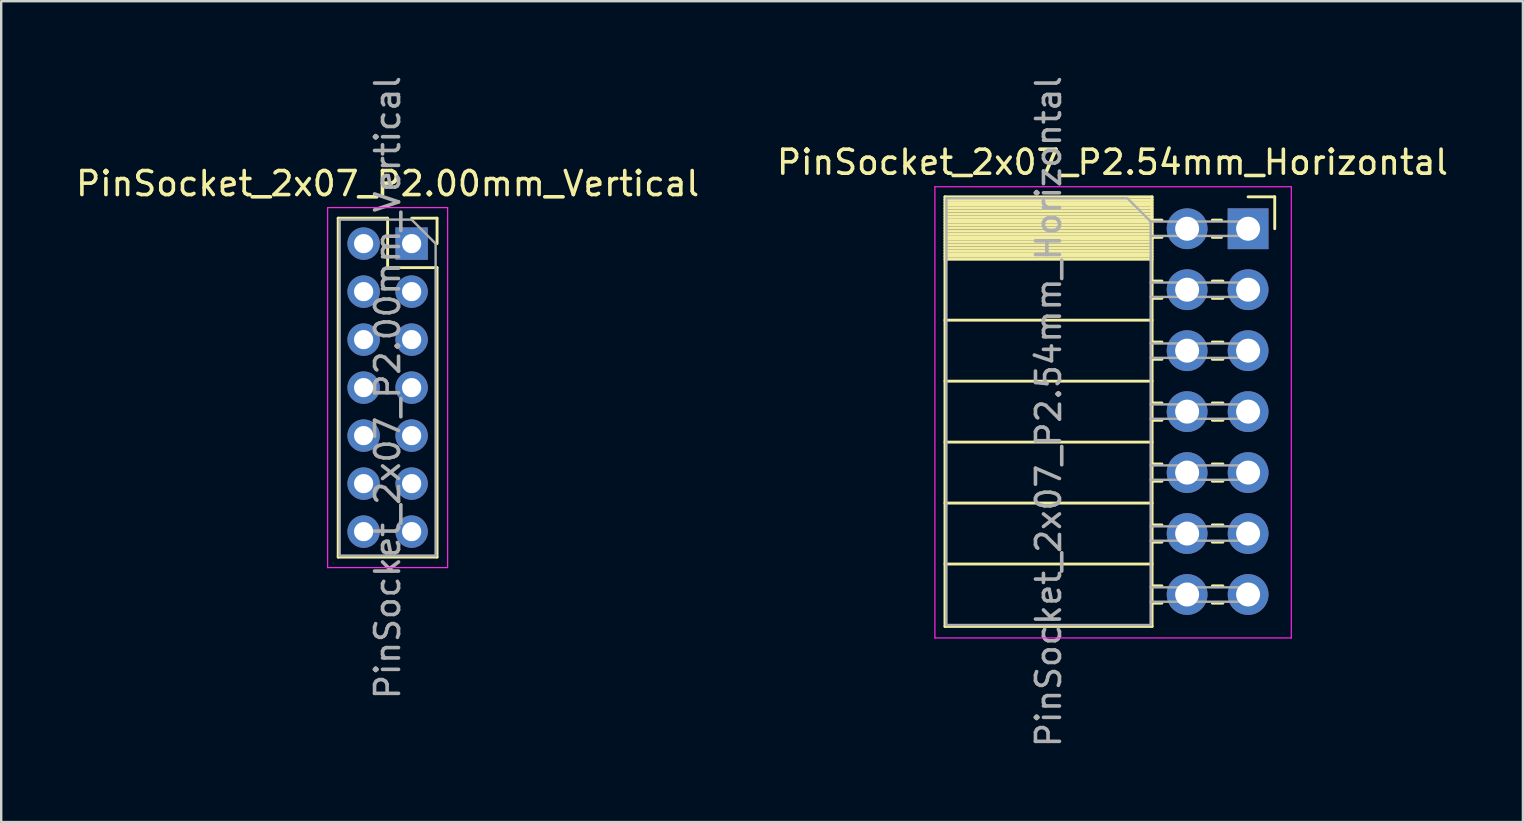
<source format=kicad_pcb>
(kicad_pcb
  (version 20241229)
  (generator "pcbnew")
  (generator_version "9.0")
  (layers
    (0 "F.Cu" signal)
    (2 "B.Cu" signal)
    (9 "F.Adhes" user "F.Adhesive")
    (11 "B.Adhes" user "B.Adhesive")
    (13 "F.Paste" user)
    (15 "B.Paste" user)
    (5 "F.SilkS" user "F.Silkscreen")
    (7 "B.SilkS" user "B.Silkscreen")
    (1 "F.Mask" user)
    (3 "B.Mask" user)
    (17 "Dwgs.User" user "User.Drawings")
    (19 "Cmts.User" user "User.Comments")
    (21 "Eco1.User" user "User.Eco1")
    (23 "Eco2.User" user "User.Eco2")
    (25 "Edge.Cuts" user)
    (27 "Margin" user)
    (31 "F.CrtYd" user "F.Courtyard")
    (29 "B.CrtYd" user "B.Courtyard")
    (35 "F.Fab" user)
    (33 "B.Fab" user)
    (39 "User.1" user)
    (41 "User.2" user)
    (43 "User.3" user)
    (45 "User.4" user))
  (footprint "PinSocket_2x07_P2.54mm_Horizontal"
    (layer "F.Cu")
    (at 48.954 6.481)
    (property "Reference" "PinSocket_2x07_P2.54mm_Horizontal" (at -5.65 -2.77 0) (layer "F.SilkS") (effects (font (size 1 1) (thickness 0.15))))
    (attr through_hole)
    (fp_line (start -12.63 -1.33) (end -12.63 16.57) (stroke (width 0.12) (type solid)) (layer "F.SilkS"))
    (fp_line (start -12.63 -1.33) (end -4 -1.33) (stroke (width 0.12) (type solid)) (layer "F.SilkS"))
    (fp_line (start -12.63 -1.21) (end -4 -1.21) (stroke (width 0.12) (type solid)) (layer "F.SilkS"))
    (fp_line (start -12.63 -1.092) (end -4 -1.092) (stroke (width 0.12) (type solid)) (layer "F.SilkS"))
    (fp_line (start -12.63 -0.974) (end -4 -0.974) (stroke (width 0.12) (type solid)) (layer "F.SilkS"))
    (fp_line (start -12.63 -0.856) (end -4 -0.856) (stroke (width 0.12) (type solid)) (layer "F.SilkS"))
    (fp_line (start -12.63 -0.738) (end -4 -0.738) (stroke (width 0.12) (type solid)) (layer "F.SilkS"))
    (fp_line (start -12.63 -0.62) (end -4 -0.62) (stroke (width 0.12) (type solid)) (layer "F.SilkS"))
    (fp_line (start -12.63 -0.501) (end -4 -0.501) (stroke (width 0.12) (type solid)) (layer "F.SilkS"))
    (fp_line (start -12.63 -0.383) (end -4 -0.383) (stroke (width 0.12) (type solid)) (layer "F.SilkS"))
    (fp_line (start -12.63 -0.265) (end -4 -0.265) (stroke (width 0.12) (type solid)) (layer "F.SilkS"))
    (fp_line (start -12.63 -0.147) (end -4 -0.147) (stroke (width 0.12) (type solid)) (layer "F.SilkS"))
    (fp_line (start -12.63 -0.029) (end -4 -0.029) (stroke (width 0.12) (type solid)) (layer "F.SilkS"))
    (fp_line (start -12.63 0.089) (end -4 0.089) (stroke (width 0.12) (type solid)) (layer "F.SilkS"))
    (fp_line (start -12.63 0.207) (end -4 0.207) (stroke (width 0.12) (type solid)) (layer "F.SilkS"))
    (fp_line (start -12.63 0.325) (end -4 0.325) (stroke (width 0.12) (type solid)) (layer "F.SilkS"))
    (fp_line (start -12.63 0.443) (end -4 0.443) (stroke (width 0.12) (type solid)) (layer "F.SilkS"))
    (fp_line (start -12.63 0.561) (end -4 0.561) (stroke (width 0.12) (type solid)) (layer "F.SilkS"))
    (fp_line (start -12.63 0.68) (end -4 0.68) (stroke (width 0.12) (type solid)) (layer "F.SilkS"))
    (fp_line (start -12.63 0.798) (end -4 0.798) (stroke (width 0.12) (type solid)) (layer "F.SilkS"))
    (fp_line (start -12.63 0.916) (end -4 0.916) (stroke (width 0.12) (type solid)) (layer "F.SilkS"))
    (fp_line (start -12.63 1.034) (end -4 1.034) (stroke (width 0.12) (type solid)) (layer "F.SilkS"))
    (fp_line (start -12.63 1.152) (end -4 1.152) (stroke (width 0.12) (type solid)) (layer "F.SilkS"))
    (fp_line (start -12.63 1.27) (end -4 1.27) (stroke (width 0.12) (type solid)) (layer "F.SilkS"))
    (fp_line (start -12.63 3.81) (end -4 3.81) (stroke (width 0.12) (type solid)) (layer "F.SilkS"))
    (fp_line (start -12.63 6.35) (end -4 6.35) (stroke (width 0.12) (type solid)) (layer "F.SilkS"))
    (fp_line (start -12.63 8.89) (end -4 8.89) (stroke (width 0.12) (type solid)) (layer "F.SilkS"))
    (fp_line (start -12.63 11.43) (end -4 11.43) (stroke (width 0.12) (type solid)) (layer "F.SilkS"))
    (fp_line (start -12.63 13.97) (end -4 13.97) (stroke (width 0.12) (type solid)) (layer "F.SilkS"))
    (fp_line (start -12.63 16.57) (end -4 16.57) (stroke (width 0.12) (type solid)) (layer "F.SilkS"))
    (fp_line (start -4 -1.33) (end -4 16.57) (stroke (width 0.12) (type solid)) (layer "F.SilkS"))
    (fp_line (start -4 -0.36) (end -3.59 -0.36) (stroke (width 0.12) (type solid)) (layer "F.SilkS"))
    (fp_line (start -4 0.36) (end -3.59 0.36) (stroke (width 0.12) (type solid)) (layer "F.SilkS"))
    (fp_line (start -4 2.18) (end -3.59 2.18) (stroke (width 0.12) (type solid)) (layer "F.SilkS"))
    (fp_line (start -4 2.9) (end -3.59 2.9) (stroke (width 0.12) (type solid)) (layer "F.SilkS"))
    (fp_line (start -4 4.72) (end -3.59 4.72) (stroke (width 0.12) (type solid)) (layer "F.SilkS"))
    (fp_line (start -4 5.44) (end -3.59 5.44) (stroke (width 0.12) (type solid)) (layer "F.SilkS"))
    (fp_line (start -4 7.26) (end -3.59 7.26) (stroke (width 0.12) (type solid)) (layer "F.SilkS"))
    (fp_line (start -4 7.98) (end -3.59 7.98) (stroke (width 0.12) (type solid)) (layer "F.SilkS"))
    (fp_line (start -4 9.8) (end -3.59 9.8) (stroke (width 0.12) (type solid)) (layer "F.SilkS"))
    (fp_line (start -4 10.52) (end -3.59 10.52) (stroke (width 0.12) (type solid)) (layer "F.SilkS"))
    (fp_line (start -4 12.34) (end -3.59 12.34) (stroke (width 0.12) (type solid)) (layer "F.SilkS"))
    (fp_line (start -4 13.06) (end -3.59 13.06) (stroke (width 0.12) (type solid)) (layer "F.SilkS"))
    (fp_line (start -4 14.88) (end -3.59 14.88) (stroke (width 0.12) (type solid)) (layer "F.SilkS"))
    (fp_line (start -4 15.6) (end -3.59 15.6) (stroke (width 0.12) (type solid)) (layer "F.SilkS"))
    (fp_line (start -1.49 -0.36) (end -1.11 -0.36) (stroke (width 0.12) (type solid)) (layer "F.SilkS"))
    (fp_line (start -1.49 0.36) (end -1.11 0.36) (stroke (width 0.12) (type solid)) (layer "F.SilkS"))
    (fp_line (start -1.49 2.18) (end -1.05 2.18) (stroke (width 0.12) (type solid)) (layer "F.SilkS"))
    (fp_line (start -1.49 2.9) (end -1.05 2.9) (stroke (width 0.12) (type solid)) (layer "F.SilkS"))
    (fp_line (start -1.49 4.72) (end -1.05 4.72) (stroke (width 0.12) (type solid)) (layer "F.SilkS"))
    (fp_line (start -1.49 5.44) (end -1.05 5.44) (stroke (width 0.12) (type solid)) (layer "F.SilkS"))
    (fp_line (start -1.49 7.26) (end -1.05 7.26) (stroke (width 0.12) (type solid)) (layer "F.SilkS"))
    (fp_line (start -1.49 7.98) (end -1.05 7.98) (stroke (width 0.12) (type solid)) (layer "F.SilkS"))
    (fp_line (start -1.49 9.8) (end -1.05 9.8) (stroke (width 0.12) (type solid)) (layer "F.SilkS"))
    (fp_line (start -1.49 10.52) (end -1.05 10.52) (stroke (width 0.12) (type solid)) (layer "F.SilkS"))
    (fp_line (start -1.49 12.34) (end -1.05 12.34) (stroke (width 0.12) (type solid)) (layer "F.SilkS"))
    (fp_line (start -1.49 13.06) (end -1.05 13.06) (stroke (width 0.12) (type solid)) (layer "F.SilkS"))
    (fp_line (start -1.49 14.88) (end -1.05 14.88) (stroke (width 0.12) (type solid)) (layer "F.SilkS"))
    (fp_line (start -1.49 15.6) (end -1.05 15.6) (stroke (width 0.12) (type solid)) (layer "F.SilkS"))
    (fp_line (start 0 -1.33) (end 1.11 -1.33) (stroke (width 0.12) (type solid)) (layer "F.SilkS"))
    (fp_line (start 1.11 -1.33) (end 1.11 0) (stroke (width 0.12) (type solid)) (layer "F.SilkS"))
    (fp_line (start -13.05 -1.75) (end -13.05 17.05) (stroke (width 0.05) (type solid)) (layer "F.CrtYd"))
    (fp_line (start -13.05 17.05) (end 1.8 17.05) (stroke (width 0.05) (type solid)) (layer "F.CrtYd"))
    (fp_line (start 1.8 -1.75) (end -13.05 -1.75) (stroke (width 0.05) (type solid)) (layer "F.CrtYd"))
    (fp_line (start 1.8 17.05) (end 1.8 -1.75) (stroke (width 0.05) (type solid)) (layer "F.CrtYd"))
    (fp_line (start -12.57 -1.27) (end -5.03 -1.27) (stroke (width 0.1) (type solid)) (layer "F.Fab"))
    (fp_line (start -12.57 16.51) (end -12.57 -1.27) (stroke (width 0.1) (type solid)) (layer "F.Fab"))
    (fp_line (start -5.03 -1.27) (end -4.06 -0.3) (stroke (width 0.1) (type solid)) (layer "F.Fab"))
    (fp_line (start -4.06 -0.3) (end -4.06 16.51) (stroke (width 0.1) (type solid)) (layer "F.Fab"))
    (fp_line (start -4.06 0.3) (end 0 0.3) (stroke (width 0.1) (type solid)) (layer "F.Fab"))
    (fp_line (start -4.06 2.84) (end 0 2.84) (stroke (width 0.1) (type solid)) (layer "F.Fab"))
    (fp_line (start -4.06 5.38) (end 0 5.38) (stroke (width 0.1) (type solid)) (layer "F.Fab"))
    (fp_line (start -4.06 7.92) (end 0 7.92) (stroke (width 0.1) (type solid)) (layer "F.Fab"))
    (fp_line (start -4.06 10.46) (end 0 10.46) (stroke (width 0.1) (type solid)) (layer "F.Fab"))
    (fp_line (start -4.06 13) (end 0 13) (stroke (width 0.1) (type solid)) (layer "F.Fab"))
    (fp_line (start -4.06 15.54) (end 0 15.54) (stroke (width 0.1) (type solid)) (layer "F.Fab"))
    (fp_line (start -4.06 16.51) (end -12.57 16.51) (stroke (width 0.1) (type solid)) (layer "F.Fab"))
    (fp_line (start 0 -0.3) (end -4.06 -0.3) (stroke (width 0.1) (type solid)) (layer "F.Fab"))
    (fp_line (start 0 0.3) (end 0 -0.3) (stroke (width 0.1) (type solid)) (layer "F.Fab"))
    (fp_line (start 0 2.24) (end -4.06 2.24) (stroke (width 0.1) (type solid)) (layer "F.Fab"))
    (fp_line (start 0 2.84) (end 0 2.24) (stroke (width 0.1) (type solid)) (layer "F.Fab"))
    (fp_line (start 0 4.78) (end -4.06 4.78) (stroke (width 0.1) (type solid)) (layer "F.Fab"))
    (fp_line (start 0 5.38) (end 0 4.78) (stroke (width 0.1) (type solid)) (layer "F.Fab"))
    (fp_line (start 0 7.32) (end -4.06 7.32) (stroke (width 0.1) (type solid)) (layer "F.Fab"))
    (fp_line (start 0 7.92) (end 0 7.32) (stroke (width 0.1) (type solid)) (layer "F.Fab"))
    (fp_line (start 0 9.86) (end -4.06 9.86) (stroke (width 0.1) (type solid)) (layer "F.Fab"))
    (fp_line (start 0 10.46) (end 0 9.86) (stroke (width 0.1) (type solid)) (layer "F.Fab"))
    (fp_line (start 0 12.4) (end -4.06 12.4) (stroke (width 0.1) (type solid)) (layer "F.Fab"))
    (fp_line (start 0 13) (end 0 12.4) (stroke (width 0.1) (type solid)) (layer "F.Fab"))
    (fp_line (start 0 14.94) (end -4.06 14.94) (stroke (width 0.1) (type solid)) (layer "F.Fab"))
    (fp_line (start 0 15.54) (end 0 14.94) (stroke (width 0.1) (type solid)) (layer "F.Fab"))
    (fp_text user "${REFERENCE}" (at -8.315 7.62 90) (layer "F.Fab") (effects (font (size 1 1) (thickness 0.15))))
    (pad "1" thru_hole rect (at 0 0) (size 1.7 1.7) (drill 1) (layers "*.Cu" "*.Mask"))
    (pad "2" thru_hole oval (at -2.54 0) (size 1.7 1.7) (drill 1) (layers "*.Cu" "*.Mask"))
    (pad "3" thru_hole oval (at 0 2.54) (size 1.7 1.7) (drill 1) (layers "*.Cu" "*.Mask"))
    (pad "4" thru_hole oval (at -2.54 2.54) (size 1.7 1.7) (drill 1) (layers "*.Cu" "*.Mask"))
    (pad "5" thru_hole oval (at 0 5.08) (size 1.7 1.7) (drill 1) (layers "*.Cu" "*.Mask"))
    (pad "6" thru_hole oval (at -2.54 5.08) (size 1.7 1.7) (drill 1) (layers "*.Cu" "*.Mask"))
    (pad "7" thru_hole oval (at 0 7.62) (size 1.7 1.7) (drill 1) (layers "*.Cu" "*.Mask"))
    (pad "8" thru_hole oval (at -2.54 7.62) (size 1.7 1.7) (drill 1) (layers "*.Cu" "*.Mask"))
    (pad "9" thru_hole oval (at 0 10.16) (size 1.7 1.7) (drill 1) (layers "*.Cu" "*.Mask"))
    (pad "10" thru_hole oval (at -2.54 10.16) (size 1.7 1.7) (drill 1) (layers "*.Cu" "*.Mask"))
    (pad "11" thru_hole oval (at 0 12.7) (size 1.7 1.7) (drill 1) (layers "*.Cu" "*.Mask"))
    (pad "12" thru_hole oval (at -2.54 12.7) (size 1.7 1.7) (drill 1) (layers "*.Cu" "*.Mask"))
    (pad "13" thru_hole oval (at 0 15.24) (size 1.7 1.7) (drill 1) (layers "*.Cu" "*.Mask"))
    (pad "14" thru_hole oval (at -2.54 15.24) (size 1.7 1.7) (drill 1) (layers "*.Cu" "*.Mask")))
  (footprint "PinSocket_2x07_P2.00mm_Vertical"
    (layer "F.Cu")
    (at 14.101 7.101)
    (property "Reference" "PinSocket_2x07_P2.00mm_Vertical" (at -1 -2.5 0) (layer "F.SilkS") (effects (font (size 1 1) (thickness 0.15))))
    (attr through_hole)
    (fp_line (start -3.06 -1.06) (end -3.06 13.06) (stroke (width 0.12) (type solid)) (layer "F.SilkS"))
    (fp_line (start -3.06 -1.06) (end -1 -1.06) (stroke (width 0.12) (type solid)) (layer "F.SilkS"))
    (fp_line (start -3.06 13.06) (end 1.06 13.06) (stroke (width 0.12) (type solid)) (layer "F.SilkS"))
    (fp_line (start -1 -1.06) (end -1 1) (stroke (width 0.12) (type solid)) (layer "F.SilkS"))
    (fp_line (start -1 1) (end 1.06 1) (stroke (width 0.12) (type solid)) (layer "F.SilkS"))
    (fp_line (start 0 -1.06) (end 1.06 -1.06) (stroke (width 0.12) (type solid)) (layer "F.SilkS"))
    (fp_line (start 1.06 -1.06) (end 1.06 0) (stroke (width 0.12) (type solid)) (layer "F.SilkS"))
    (fp_line (start 1.06 1) (end 1.06 13.06) (stroke (width 0.12) (type solid)) (layer "F.SilkS"))
    (fp_line (start -3.5 -1.5) (end 1.5 -1.5) (stroke (width 0.05) (type solid)) (layer "F.CrtYd"))
    (fp_line (start -3.5 13.5) (end -3.5 -1.5) (stroke (width 0.05) (type solid)) (layer "F.CrtYd"))
    (fp_line (start 1.5 -1.5) (end 1.5 13.5) (stroke (width 0.05) (type solid)) (layer "F.CrtYd"))
    (fp_line (start 1.5 13.5) (end -3.5 13.5) (stroke (width 0.05) (type solid)) (layer "F.CrtYd"))
    (fp_line (start -3 -1) (end 0 -1) (stroke (width 0.1) (type solid)) (layer "F.Fab"))
    (fp_line (start -3 13) (end -3 -1) (stroke (width 0.1) (type solid)) (layer "F.Fab"))
    (fp_line (start 0 -1) (end 1 0) (stroke (width 0.1) (type solid)) (layer "F.Fab"))
    (fp_line (start 1 0) (end 1 13) (stroke (width 0.1) (type solid)) (layer "F.Fab"))
    (fp_line (start 1 13) (end -3 13) (stroke (width 0.1) (type solid)) (layer "F.Fab"))
    (fp_text user "${REFERENCE}" (at -1 6 90) (layer "F.Fab") (effects (font (size 1 1) (thickness 0.15))))
    (pad "1" thru_hole rect (at 0 0) (size 1.35 1.35) (drill 0.8) (layers "*.Cu" "*.Mask"))
    (pad "2" thru_hole oval (at -2 0) (size 1.35 1.35) (drill 0.8) (layers "*.Cu" "*.Mask"))
    (pad "3" thru_hole oval (at 0 2) (size 1.35 1.35) (drill 0.8) (layers "*.Cu" "*.Mask"))
    (pad "4" thru_hole oval (at -2 2) (size 1.35 1.35) (drill 0.8) (layers "*.Cu" "*.Mask"))
    (pad "5" thru_hole oval (at 0 4) (size 1.35 1.35) (drill 0.8) (layers "*.Cu" "*.Mask"))
    (pad "6" thru_hole oval (at -2 4) (size 1.35 1.35) (drill 0.8) (layers "*.Cu" "*.Mask"))
    (pad "7" thru_hole oval (at 0 6) (size 1.35 1.35) (drill 0.8) (layers "*.Cu" "*.Mask"))
    (pad "8" thru_hole oval (at -2 6) (size 1.35 1.35) (drill 0.8) (layers "*.Cu" "*.Mask"))
    (pad "9" thru_hole oval (at 0 8) (size 1.35 1.35) (drill 0.8) (layers "*.Cu" "*.Mask"))
    (pad "10" thru_hole oval (at -2 8) (size 1.35 1.35) (drill 0.8) (layers "*.Cu" "*.Mask"))
    (pad "11" thru_hole oval (at 0 10) (size 1.35 1.35) (drill 0.8) (layers "*.Cu" "*.Mask"))
    (pad "12" thru_hole oval (at -2 10) (size 1.35 1.35) (drill 0.8) (layers "*.Cu" "*.Mask"))
    (pad "13" thru_hole oval (at 0 12) (size 1.35 1.35) (drill 0.8) (layers "*.Cu" "*.Mask"))
    (pad "14" thru_hole oval (at -2 12) (size 1.35 1.35) (drill 0.8) (layers "*.Cu" "*.Mask")))
  (gr_rect
    (start -3 -3)
    (end 60.405 31.202)
    (stroke (width 0.1) (type default))
    (fill no)
    (layer "Edge.Cuts")))
</source>
